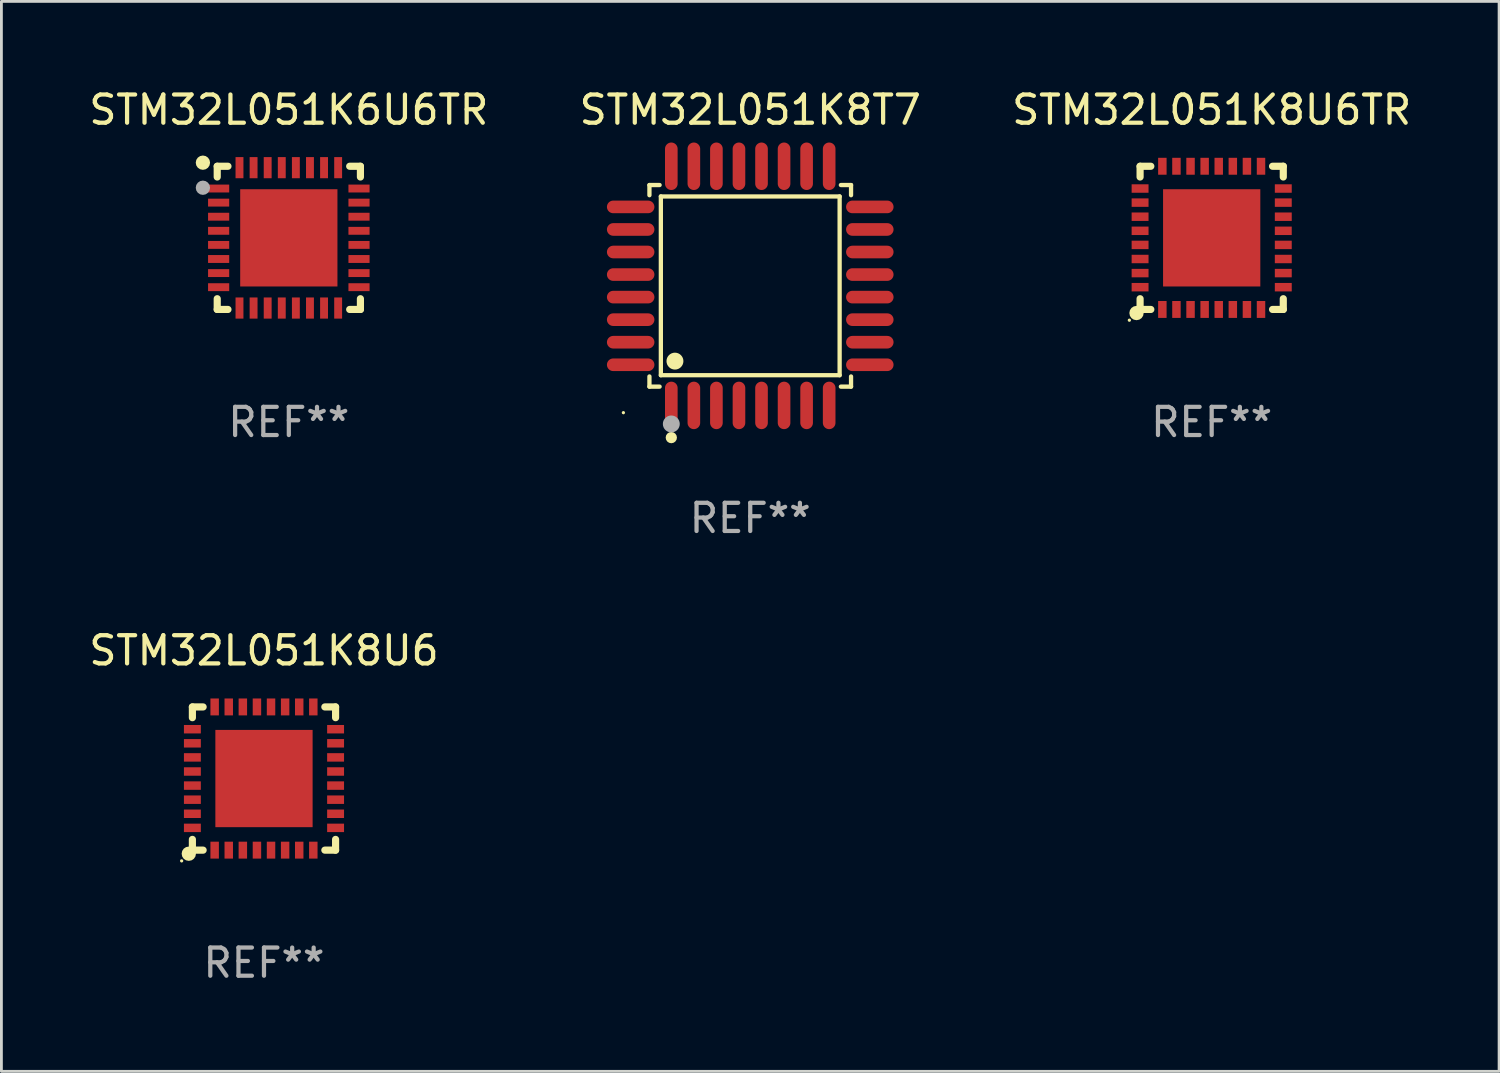
<source format=kicad_pcb>
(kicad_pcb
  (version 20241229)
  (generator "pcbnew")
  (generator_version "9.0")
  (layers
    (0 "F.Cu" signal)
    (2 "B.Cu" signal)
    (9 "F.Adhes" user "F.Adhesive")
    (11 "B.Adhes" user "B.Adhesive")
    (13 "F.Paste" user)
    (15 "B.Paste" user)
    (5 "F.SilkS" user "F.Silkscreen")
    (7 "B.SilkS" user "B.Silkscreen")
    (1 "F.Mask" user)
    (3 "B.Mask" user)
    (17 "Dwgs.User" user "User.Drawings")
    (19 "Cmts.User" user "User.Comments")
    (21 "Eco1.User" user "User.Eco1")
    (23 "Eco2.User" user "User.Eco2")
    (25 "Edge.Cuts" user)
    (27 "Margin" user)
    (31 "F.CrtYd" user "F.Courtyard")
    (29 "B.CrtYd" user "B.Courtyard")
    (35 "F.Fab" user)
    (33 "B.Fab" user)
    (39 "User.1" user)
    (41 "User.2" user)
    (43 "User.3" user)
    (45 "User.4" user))
  (footprint "STM32L051K6U6TR"
    (layer "F.Cu")
    (at 7.196 5.388)
    (property "Reference" "STM32L051K6U6TR" (at 0 -4.54 0) (layer "F.SilkS") (effects (font (size 1 1) (thickness 0.15))))
    (attr through_hole)
    (fp_line (start -2.54 -2.54) (end -2.159 -2.54) (stroke (width 0.254) (type solid)) (layer "F.SilkS"))
    (fp_line (start -2.54 -2.159) (end -2.54 -2.54) (stroke (width 0.254) (type solid)) (layer "F.SilkS"))
    (fp_line (start -2.54 2.54) (end -2.54 2.159) (stroke (width 0.254) (type solid)) (layer "F.SilkS"))
    (fp_line (start -2.159 2.54) (end -2.54 2.54) (stroke (width 0.254) (type solid)) (layer "F.SilkS"))
    (fp_line (start 2.159 -2.54) (end 2.54 -2.54) (stroke (width 0.254) (type solid)) (layer "F.SilkS"))
    (fp_line (start 2.54 -2.54) (end 2.54 -2.159) (stroke (width 0.254) (type solid)) (layer "F.SilkS"))
    (fp_line (start 2.54 2.159) (end 2.54 2.54) (stroke (width 0.254) (type solid)) (layer "F.SilkS"))
    (fp_line (start 2.54 2.54) (end 2.159 2.54) (stroke (width 0.254) (type solid)) (layer "F.SilkS"))
    (fp_circle (center -3.048 -2.667) (end -2.921 -2.667) (stroke (width 0.254) (type solid)) (fill no) (layer "F.SilkS"))
    (fp_circle (center -2.5 -2.5) (end -2.47 -2.5) (stroke (width 0.06) (type solid)) (fill no) (layer "F.SilkS"))
    (fp_circle (center -3.048 -1.778) (end -2.921 -1.778) (stroke (width 0.254) (type solid)) (fill no) (layer "F.Fab"))
    (fp_text user "REF**" (at 0 6.54 0) (layer "F.Fab") (effects (font (size 1 1) (thickness 0.15))))
    (pad "1" smd rect (at -2.49 -1.75) (size 0.75 0.28) (layers "F.Cu" "F.Mask" "F.Paste"))
    (pad "2" smd rect (at -2.49 -1.25) (size 0.75 0.28) (layers "F.Cu" "F.Mask" "F.Paste"))
    (pad "3" smd rect (at -2.49 -0.75) (size 0.75 0.28) (layers "F.Cu" "F.Mask" "F.Paste"))
    (pad "4" smd rect (at -2.49 -0.25) (size 0.75 0.28) (layers "F.Cu" "F.Mask" "F.Paste"))
    (pad "5" smd rect (at -2.49 0.25) (size 0.75 0.28) (layers "F.Cu" "F.Mask" "F.Paste"))
    (pad "6" smd rect (at -2.49 0.75) (size 0.75 0.28) (layers "F.Cu" "F.Mask" "F.Paste"))
    (pad "7" smd rect (at -2.49 1.25) (size 0.75 0.28) (layers "F.Cu" "F.Mask" "F.Paste"))
    (pad "8" smd rect (at -2.49 1.75) (size 0.75 0.28) (layers "F.Cu" "F.Mask" "F.Paste"))
    (pad "9" smd rect (at -1.75 2.49) (size 0.28 0.75) (layers "F.Cu" "F.Mask" "F.Paste"))
    (pad "10" smd rect (at -1.25 2.49) (size 0.28 0.75) (layers "F.Cu" "F.Mask" "F.Paste"))
    (pad "11" smd rect (at -0.75 2.49) (size 0.28 0.75) (layers "F.Cu" "F.Mask" "F.Paste"))
    (pad "12" smd rect (at -0.25 2.49) (size 0.28 0.75) (layers "F.Cu" "F.Mask" "F.Paste"))
    (pad "13" smd rect (at 0.25 2.49) (size 0.28 0.75) (layers "F.Cu" "F.Mask" "F.Paste"))
    (pad "14" smd rect (at 0.75 2.49) (size 0.28 0.75) (layers "F.Cu" "F.Mask" "F.Paste"))
    (pad "15" smd rect (at 1.25 2.49) (size 0.28 0.75) (layers "F.Cu" "F.Mask" "F.Paste"))
    (pad "16" smd rect (at 1.75 2.49) (size 0.28 0.75) (layers "F.Cu" "F.Mask" "F.Paste"))
    (pad "17" smd rect (at 2.49 1.75) (size 0.75 0.28) (layers "F.Cu" "F.Mask" "F.Paste"))
    (pad "18" smd rect (at 2.49 1.25) (size 0.75 0.28) (layers "F.Cu" "F.Mask" "F.Paste"))
    (pad "19" smd rect (at 2.49 0.75) (size 0.75 0.28) (layers "F.Cu" "F.Mask" "F.Paste"))
    (pad "20" smd rect (at 2.49 0.25) (size 0.75 0.28) (layers "F.Cu" "F.Mask" "F.Paste"))
    (pad "21" smd rect (at 2.49 -0.25) (size 0.75 0.28) (layers "F.Cu" "F.Mask" "F.Paste"))
    (pad "22" smd rect (at 2.49 -0.75) (size 0.75 0.28) (layers "F.Cu" "F.Mask" "F.Paste"))
    (pad "23" smd rect (at 2.49 -1.25) (size 0.75 0.28) (layers "F.Cu" "F.Mask" "F.Paste"))
    (pad "24" smd rect (at 2.49 -1.75) (size 0.75 0.28) (layers "F.Cu" "F.Mask" "F.Paste"))
    (pad "25" smd rect (at 1.75 -2.49) (size 0.28 0.75) (layers "F.Cu" "F.Mask" "F.Paste"))
    (pad "26" smd rect (at 1.25 -2.49) (size 0.28 0.75) (layers "F.Cu" "F.Mask" "F.Paste"))
    (pad "27" smd rect (at 0.75 -2.49) (size 0.28 0.75) (layers "F.Cu" "F.Mask" "F.Paste"))
    (pad "28" smd rect (at 0.25 -2.49) (size 0.28 0.75) (layers "F.Cu" "F.Mask" "F.Paste"))
    (pad "29" smd rect (at -0.25 -2.49) (size 0.28 0.75) (layers "F.Cu" "F.Mask" "F.Paste"))
    (pad "30" smd rect (at -0.75 -2.49) (size 0.28 0.75) (layers "F.Cu" "F.Mask" "F.Paste"))
    (pad "31" smd rect (at -1.25 -2.49) (size 0.28 0.75) (layers "F.Cu" "F.Mask" "F.Paste"))
    (pad "32" smd rect (at -1.75 -2.49) (size 0.28 0.75) (layers "F.Cu" "F.Mask" "F.Paste"))
    (pad "33" smd rect (at 0 0) (size 3.45 3.45) (layers "F.Cu" "F.Mask" "F.Paste")))
  (footprint "STM32L051K8U6"
    (layer "F.Cu")
    (at 6.315 24.569)
    (property "Reference" "STM32L051K8U6" (at 0 -4.54 0) (layer "F.SilkS") (effects (font (size 1 1) (thickness 0.15))))
    (attr through_hole)
    (fp_line (start -2.54 -2.54) (end -2.159 -2.54) (stroke (width 0.254) (type solid)) (layer "F.SilkS"))
    (fp_line (start -2.54 -2.159) (end -2.54 -2.54) (stroke (width 0.254) (type solid)) (layer "F.SilkS"))
    (fp_line (start -2.54 2.54) (end -2.54 2.159) (stroke (width 0.254) (type solid)) (layer "F.SilkS"))
    (fp_line (start -2.159 2.54) (end -2.54 2.54) (stroke (width 0.254) (type solid)) (layer "F.SilkS"))
    (fp_line (start 2.159 -2.54) (end 2.54 -2.54) (stroke (width 0.254) (type solid)) (layer "F.SilkS"))
    (fp_line (start 2.54 -2.54) (end 2.54 -2.159) (stroke (width 0.254) (type solid)) (layer "F.SilkS"))
    (fp_line (start 2.54 2.159) (end 2.54 2.54) (stroke (width 0.254) (type solid)) (layer "F.SilkS"))
    (fp_line (start 2.54 2.54) (end 2.159 2.54) (stroke (width 0.254) (type solid)) (layer "F.SilkS"))
    (fp_circle (center -2.921 2.921) (end -2.891 2.921) (stroke (width 0.06) (type solid)) (fill no) (layer "F.SilkS"))
    (fp_circle (center -2.667 2.667) (end -2.54 2.667) (stroke (width 0.254) (type solid)) (fill no) (layer "F.SilkS"))
    (fp_text user "REF**" (at 0 6.54 0) (layer "F.Fab") (effects (font (size 1 1) (thickness 0.15))))
    (pad "1" smd rect (at -1.75 2.54 90) (size 0.6 0.3) (layers "F.Cu" "F.Mask" "F.Paste"))
    (pad "2" smd rect (at -1.25 2.54 90) (size 0.6 0.3) (layers "F.Cu" "F.Mask" "F.Paste"))
    (pad "3" smd rect (at -0.75 2.54 90) (size 0.6 0.3) (layers "F.Cu" "F.Mask" "F.Paste"))
    (pad "4" smd rect (at -0.25 2.54 90) (size 0.6 0.3) (layers "F.Cu" "F.Mask" "F.Paste"))
    (pad "5" smd rect (at 0.25 2.54 90) (size 0.6 0.3) (layers "F.Cu" "F.Mask" "F.Paste"))
    (pad "6" smd rect (at 0.75 2.54 90) (size 0.6 0.3) (layers "F.Cu" "F.Mask" "F.Paste"))
    (pad "7" smd rect (at 1.25 2.54 90) (size 0.6 0.3) (layers "F.Cu" "F.Mask" "F.Paste"))
    (pad "8" smd rect (at 1.75 2.54 90) (size 0.6 0.3) (layers "F.Cu" "F.Mask" "F.Paste"))
    (pad "9" smd rect (at 2.54 1.75 180) (size 0.6 0.3) (layers "F.Cu" "F.Mask" "F.Paste"))
    (pad "10" smd rect (at 2.54 1.25 180) (size 0.6 0.3) (layers "F.Cu" "F.Mask" "F.Paste"))
    (pad "11" smd rect (at 2.54 0.75 180) (size 0.6 0.3) (layers "F.Cu" "F.Mask" "F.Paste"))
    (pad "12" smd rect (at 2.54 0.25 180) (size 0.6 0.3) (layers "F.Cu" "F.Mask" "F.Paste"))
    (pad "13" smd rect (at 2.54 -0.25 180) (size 0.6 0.3) (layers "F.Cu" "F.Mask" "F.Paste"))
    (pad "14" smd rect (at 2.54 -0.75 180) (size 0.6 0.3) (layers "F.Cu" "F.Mask" "F.Paste"))
    (pad "15" smd rect (at 2.54 -1.25 180) (size 0.6 0.3) (layers "F.Cu" "F.Mask" "F.Paste"))
    (pad "16" smd rect (at 2.54 -1.75 180) (size 0.6 0.3) (layers "F.Cu" "F.Mask" "F.Paste"))
    (pad "17" smd rect (at 1.75 -2.54 270) (size 0.6 0.3) (layers "F.Cu" "F.Mask" "F.Paste"))
    (pad "18" smd rect (at 1.25 -2.54 270) (size 0.6 0.3) (layers "F.Cu" "F.Mask" "F.Paste"))
    (pad "19" smd rect (at 0.75 -2.54 270) (size 0.6 0.3) (layers "F.Cu" "F.Mask" "F.Paste"))
    (pad "20" smd rect (at 0.25 -2.54 270) (size 0.6 0.3) (layers "F.Cu" "F.Mask" "F.Paste"))
    (pad "21" smd rect (at -0.25 -2.54 270) (size 0.6 0.3) (layers "F.Cu" "F.Mask" "F.Paste"))
    (pad "22" smd rect (at -0.75 -2.54 270) (size 0.6 0.3) (layers "F.Cu" "F.Mask" "F.Paste"))
    (pad "23" smd rect (at -1.25 -2.54 270) (size 0.6 0.3) (layers "F.Cu" "F.Mask" "F.Paste"))
    (pad "24" smd rect (at -1.75 -2.54 270) (size 0.6 0.3) (layers "F.Cu" "F.Mask" "F.Paste"))
    (pad "25" smd rect (at -2.54 -1.75) (size 0.6 0.3) (layers "F.Cu" "F.Mask" "F.Paste"))
    (pad "26" smd rect (at -2.54 -1.25) (size 0.6 0.3) (layers "F.Cu" "F.Mask" "F.Paste"))
    (pad "27" smd rect (at -2.54 -0.75) (size 0.6 0.3) (layers "F.Cu" "F.Mask" "F.Paste"))
    (pad "28" smd rect (at -2.54 -0.25) (size 0.6 0.3) (layers "F.Cu" "F.Mask" "F.Paste"))
    (pad "29" smd rect (at -2.54 0.25) (size 0.6 0.3) (layers "F.Cu" "F.Mask" "F.Paste"))
    (pad "30" smd rect (at -2.54 0.75) (size 0.6 0.3) (layers "F.Cu" "F.Mask" "F.Paste"))
    (pad "31" smd rect (at -2.54 1.25) (size 0.6 0.3) (layers "F.Cu" "F.Mask" "F.Paste"))
    (pad "32" smd rect (at -2.54 1.75) (size 0.6 0.3) (layers "F.Cu" "F.Mask" "F.Paste"))
    (pad "33" smd rect (at 0 0) (size 3.45 3.45) (layers "F.Cu" "F.Mask" "F.Paste")))
  (footprint "STM32L051K8T7"
    (layer "F.Cu")
    (at 23.565 7.09)
    (property "Reference" "STM32L051K8T7" (at 0 -6.242 0) (layer "F.SilkS") (effects (font (size 1 1) (thickness 0.15))))
    (attr through_hole)
    (fp_line (start -3.576 -3.576) (end -3.215 -3.576) (stroke (width 0.152) (type solid)) (layer "F.SilkS"))
    (fp_line (start -3.576 -3.215) (end -3.576 -3.576) (stroke (width 0.152) (type solid)) (layer "F.SilkS"))
    (fp_line (start -3.576 3.215) (end -3.576 3.576) (stroke (width 0.152) (type solid)) (layer "F.SilkS"))
    (fp_line (start -3.576 3.576) (end -3.215 3.576) (stroke (width 0.152) (type solid)) (layer "F.SilkS"))
    (fp_line (start -3.171 -3.171) (end 3.171 -3.171) (stroke (width 0.152) (type solid)) (layer "F.SilkS"))
    (fp_line (start -3.171 3.171) (end -3.171 -3.171) (stroke (width 0.152) (type solid)) (layer "F.SilkS"))
    (fp_line (start 3.171 -3.171) (end 3.171 3.171) (stroke (width 0.152) (type solid)) (layer "F.SilkS"))
    (fp_line (start 3.171 3.171) (end -3.171 3.171) (stroke (width 0.152) (type solid)) (layer "F.SilkS"))
    (fp_line (start 3.576 -3.576) (end 3.215 -3.576) (stroke (width 0.152) (type solid)) (layer "F.SilkS"))
    (fp_line (start 3.576 -3.215) (end 3.576 -3.576) (stroke (width 0.152) (type solid)) (layer "F.SilkS"))
    (fp_line (start 3.576 3.215) (end 3.576 3.576) (stroke (width 0.152) (type solid)) (layer "F.SilkS"))
    (fp_line (start 3.576 3.576) (end 3.215 3.576) (stroke (width 0.152) (type solid)) (layer "F.SilkS"))
    (fp_circle (center -4.5 4.5) (end -4.47 4.5) (stroke (width 0.06) (type solid)) (fill no) (layer "F.SilkS"))
    (fp_circle (center -2.8 5.384) (end -2.7 5.384) (stroke (width 0.2) (type solid)) (fill no) (layer "F.SilkS"))
    (fp_circle (center -2.671 2.671) (end -2.521 2.671) (stroke (width 0.3) (type solid)) (fill no) (layer "F.SilkS"))
    (fp_circle (center -2.8 4.9) (end -2.65 4.9) (stroke (width 0.3) (type solid)) (fill no) (layer "F.Fab"))
    (fp_text user "REF**" (at 0 8.242 0) (layer "F.Fab") (effects (font (size 1 1) (thickness 0.15))))
    (pad "1" smd oval (at -2.8 4.242) (size 0.448 1.684) (layers "F.Cu" "F.Mask" "F.Paste"))
    (pad "2" smd oval (at -2 4.242) (size 0.448 1.684) (layers "F.Cu" "F.Mask" "F.Paste"))
    (pad "3" smd oval (at -1.2 4.242) (size 0.448 1.684) (layers "F.Cu" "F.Mask" "F.Paste"))
    (pad "4" smd oval (at -0.4 4.242) (size 0.448 1.684) (layers "F.Cu" "F.Mask" "F.Paste"))
    (pad "5" smd oval (at 0.4 4.242) (size 0.448 1.684) (layers "F.Cu" "F.Mask" "F.Paste"))
    (pad "6" smd oval (at 1.2 4.242) (size 0.448 1.684) (layers "F.Cu" "F.Mask" "F.Paste"))
    (pad "7" smd oval (at 2 4.242) (size 0.448 1.684) (layers "F.Cu" "F.Mask" "F.Paste"))
    (pad "8" smd oval (at 2.8 4.242) (size 0.448 1.684) (layers "F.Cu" "F.Mask" "F.Paste"))
    (pad "9" smd oval (at 4.242 2.8) (size 1.684 0.448) (layers "F.Cu" "F.Mask" "F.Paste"))
    (pad "10" smd oval (at 4.242 2) (size 1.684 0.448) (layers "F.Cu" "F.Mask" "F.Paste"))
    (pad "11" smd oval (at 4.242 1.2) (size 1.684 0.448) (layers "F.Cu" "F.Mask" "F.Paste"))
    (pad "12" smd oval (at 4.242 0.4) (size 1.684 0.448) (layers "F.Cu" "F.Mask" "F.Paste"))
    (pad "13" smd oval (at 4.242 -0.4) (size 1.684 0.448) (layers "F.Cu" "F.Mask" "F.Paste"))
    (pad "14" smd oval (at 4.242 -1.2) (size 1.684 0.448) (layers "F.Cu" "F.Mask" "F.Paste"))
    (pad "15" smd oval (at 4.242 -2) (size 1.684 0.448) (layers "F.Cu" "F.Mask" "F.Paste"))
    (pad "16" smd oval (at 4.242 -2.8) (size 1.684 0.448) (layers "F.Cu" "F.Mask" "F.Paste"))
    (pad "17" smd oval (at 2.8 -4.242) (size 0.448 1.684) (layers "F.Cu" "F.Mask" "F.Paste"))
    (pad "18" smd oval (at 2 -4.242) (size 0.448 1.684) (layers "F.Cu" "F.Mask" "F.Paste"))
    (pad "19" smd oval (at 1.2 -4.242) (size 0.448 1.684) (layers "F.Cu" "F.Mask" "F.Paste"))
    (pad "20" smd oval (at 0.4 -4.242) (size 0.448 1.684) (layers "F.Cu" "F.Mask" "F.Paste"))
    (pad "21" smd oval (at -0.4 -4.242) (size 0.448 1.684) (layers "F.Cu" "F.Mask" "F.Paste"))
    (pad "22" smd oval (at -1.2 -4.242) (size 0.448 1.684) (layers "F.Cu" "F.Mask" "F.Paste"))
    (pad "23" smd oval (at -2 -4.242) (size 0.448 1.684) (layers "F.Cu" "F.Mask" "F.Paste"))
    (pad "24" smd oval (at -2.8 -4.242) (size 0.448 1.684) (layers "F.Cu" "F.Mask" "F.Paste"))
    (pad "25" smd oval (at -4.242 -2.8) (size 1.684 0.448) (layers "F.Cu" "F.Mask" "F.Paste"))
    (pad "26" smd oval (at -4.242 -2) (size 1.684 0.448) (layers "F.Cu" "F.Mask" "F.Paste"))
    (pad "27" smd oval (at -4.242 -1.2) (size 1.684 0.448) (layers "F.Cu" "F.Mask" "F.Paste"))
    (pad "28" smd oval (at -4.242 -0.4) (size 1.684 0.448) (layers "F.Cu" "F.Mask" "F.Paste"))
    (pad "29" smd oval (at -4.242 0.4) (size 1.684 0.448) (layers "F.Cu" "F.Mask" "F.Paste"))
    (pad "30" smd oval (at -4.242 1.2) (size 1.684 0.448) (layers "F.Cu" "F.Mask" "F.Paste"))
    (pad "31" smd oval (at -4.242 2) (size 1.684 0.448) (layers "F.Cu" "F.Mask" "F.Paste"))
    (pad "32" smd oval (at -4.242 2.8) (size 1.684 0.448) (layers "F.Cu" "F.Mask" "F.Paste")))
  (footprint "STM32L051K8U6TR"
    (layer "F.Cu")
    (at 39.935 5.388)
    (property "Reference" "STM32L051K8U6TR" (at 0 -4.54 0) (layer "F.SilkS") (effects (font (size 1 1) (thickness 0.15))))
    (attr through_hole)
    (fp_line (start -2.54 -2.54) (end -2.159 -2.54) (stroke (width 0.254) (type solid)) (layer "F.SilkS"))
    (fp_line (start -2.54 -2.159) (end -2.54 -2.54) (stroke (width 0.254) (type solid)) (layer "F.SilkS"))
    (fp_line (start -2.54 2.54) (end -2.54 2.159) (stroke (width 0.254) (type solid)) (layer "F.SilkS"))
    (fp_line (start -2.159 2.54) (end -2.54 2.54) (stroke (width 0.254) (type solid)) (layer "F.SilkS"))
    (fp_line (start 2.159 -2.54) (end 2.54 -2.54) (stroke (width 0.254) (type solid)) (layer "F.SilkS"))
    (fp_line (start 2.54 -2.54) (end 2.54 -2.159) (stroke (width 0.254) (type solid)) (layer "F.SilkS"))
    (fp_line (start 2.54 2.159) (end 2.54 2.54) (stroke (width 0.254) (type solid)) (layer "F.SilkS"))
    (fp_line (start 2.54 2.54) (end 2.159 2.54) (stroke (width 0.254) (type solid)) (layer "F.SilkS"))
    (fp_circle (center -2.921 2.921) (end -2.891 2.921) (stroke (width 0.06) (type solid)) (fill no) (layer "F.SilkS"))
    (fp_circle (center -2.667 2.667) (end -2.54 2.667) (stroke (width 0.254) (type solid)) (fill no) (layer "F.SilkS"))
    (fp_text user "REF**" (at 0 6.54 0) (layer "F.Fab") (effects (font (size 1 1) (thickness 0.15))))
    (pad "1" smd rect (at -1.75 2.54 90) (size 0.6 0.3) (layers "F.Cu" "F.Mask" "F.Paste"))
    (pad "2" smd rect (at -1.25 2.54 90) (size 0.6 0.3) (layers "F.Cu" "F.Mask" "F.Paste"))
    (pad "3" smd rect (at -0.75 2.54 90) (size 0.6 0.3) (layers "F.Cu" "F.Mask" "F.Paste"))
    (pad "4" smd rect (at -0.25 2.54 90) (size 0.6 0.3) (layers "F.Cu" "F.Mask" "F.Paste"))
    (pad "5" smd rect (at 0.25 2.54 90) (size 0.6 0.3) (layers "F.Cu" "F.Mask" "F.Paste"))
    (pad "6" smd rect (at 0.75 2.54 90) (size 0.6 0.3) (layers "F.Cu" "F.Mask" "F.Paste"))
    (pad "7" smd rect (at 1.25 2.54 90) (size 0.6 0.3) (layers "F.Cu" "F.Mask" "F.Paste"))
    (pad "8" smd rect (at 1.75 2.54 90) (size 0.6 0.3) (layers "F.Cu" "F.Mask" "F.Paste"))
    (pad "9" smd rect (at 2.54 1.75 180) (size 0.6 0.3) (layers "F.Cu" "F.Mask" "F.Paste"))
    (pad "10" smd rect (at 2.54 1.25 180) (size 0.6 0.3) (layers "F.Cu" "F.Mask" "F.Paste"))
    (pad "11" smd rect (at 2.54 0.75 180) (size 0.6 0.3) (layers "F.Cu" "F.Mask" "F.Paste"))
    (pad "12" smd rect (at 2.54 0.25 180) (size 0.6 0.3) (layers "F.Cu" "F.Mask" "F.Paste"))
    (pad "13" smd rect (at 2.54 -0.25 180) (size 0.6 0.3) (layers "F.Cu" "F.Mask" "F.Paste"))
    (pad "14" smd rect (at 2.54 -0.75 180) (size 0.6 0.3) (layers "F.Cu" "F.Mask" "F.Paste"))
    (pad "15" smd rect (at 2.54 -1.25 180) (size 0.6 0.3) (layers "F.Cu" "F.Mask" "F.Paste"))
    (pad "16" smd rect (at 2.54 -1.75 180) (size 0.6 0.3) (layers "F.Cu" "F.Mask" "F.Paste"))
    (pad "17" smd rect (at 1.75 -2.54 270) (size 0.6 0.3) (layers "F.Cu" "F.Mask" "F.Paste"))
    (pad "18" smd rect (at 1.25 -2.54 270) (size 0.6 0.3) (layers "F.Cu" "F.Mask" "F.Paste"))
    (pad "19" smd rect (at 0.75 -2.54 270) (size 0.6 0.3) (layers "F.Cu" "F.Mask" "F.Paste"))
    (pad "20" smd rect (at 0.25 -2.54 270) (size 0.6 0.3) (layers "F.Cu" "F.Mask" "F.Paste"))
    (pad "21" smd rect (at -0.25 -2.54 270) (size 0.6 0.3) (layers "F.Cu" "F.Mask" "F.Paste"))
    (pad "22" smd rect (at -0.75 -2.54 270) (size 0.6 0.3) (layers "F.Cu" "F.Mask" "F.Paste"))
    (pad "23" smd rect (at -1.25 -2.54 270) (size 0.6 0.3) (layers "F.Cu" "F.Mask" "F.Paste"))
    (pad "24" smd rect (at -1.75 -2.54 270) (size 0.6 0.3) (layers "F.Cu" "F.Mask" "F.Paste"))
    (pad "25" smd rect (at -2.54 -1.75) (size 0.6 0.3) (layers "F.Cu" "F.Mask" "F.Paste"))
    (pad "26" smd rect (at -2.54 -1.25) (size 0.6 0.3) (layers "F.Cu" "F.Mask" "F.Paste"))
    (pad "27" smd rect (at -2.54 -0.75) (size 0.6 0.3) (layers "F.Cu" "F.Mask" "F.Paste"))
    (pad "28" smd rect (at -2.54 -0.25) (size 0.6 0.3) (layers "F.Cu" "F.Mask" "F.Paste"))
    (pad "29" smd rect (at -2.54 0.25) (size 0.6 0.3) (layers "F.Cu" "F.Mask" "F.Paste"))
    (pad "30" smd rect (at -2.54 0.75) (size 0.6 0.3) (layers "F.Cu" "F.Mask" "F.Paste"))
    (pad "31" smd rect (at -2.54 1.25) (size 0.6 0.3) (layers "F.Cu" "F.Mask" "F.Paste"))
    (pad "32" smd rect (at -2.54 1.75) (size 0.6 0.3) (layers "F.Cu" "F.Mask" "F.Paste"))
    (pad "33" smd rect (at 0 0) (size 3.45 3.45) (layers "F.Cu" "F.Mask" "F.Paste")))
  (gr_rect
    (start -3 -3)
    (end 50.131 34.957)
    (stroke (width 0.1) (type default))
    (fill no)
    (layer "Edge.Cuts")))
</source>
